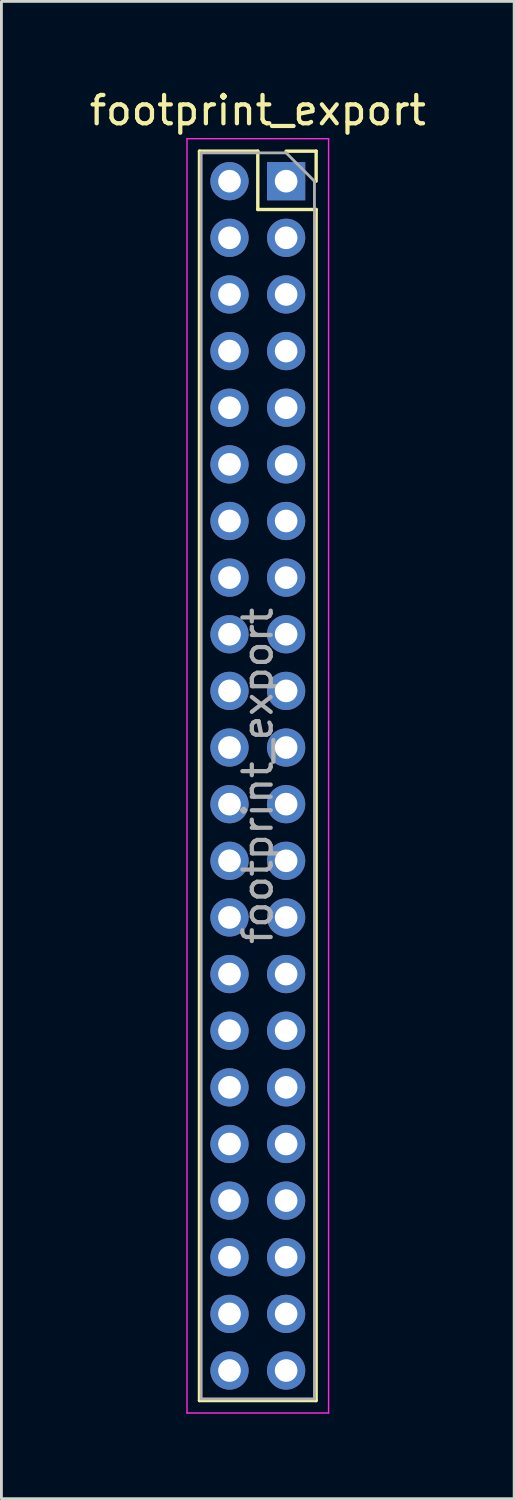
<source format=kicad_pcb>
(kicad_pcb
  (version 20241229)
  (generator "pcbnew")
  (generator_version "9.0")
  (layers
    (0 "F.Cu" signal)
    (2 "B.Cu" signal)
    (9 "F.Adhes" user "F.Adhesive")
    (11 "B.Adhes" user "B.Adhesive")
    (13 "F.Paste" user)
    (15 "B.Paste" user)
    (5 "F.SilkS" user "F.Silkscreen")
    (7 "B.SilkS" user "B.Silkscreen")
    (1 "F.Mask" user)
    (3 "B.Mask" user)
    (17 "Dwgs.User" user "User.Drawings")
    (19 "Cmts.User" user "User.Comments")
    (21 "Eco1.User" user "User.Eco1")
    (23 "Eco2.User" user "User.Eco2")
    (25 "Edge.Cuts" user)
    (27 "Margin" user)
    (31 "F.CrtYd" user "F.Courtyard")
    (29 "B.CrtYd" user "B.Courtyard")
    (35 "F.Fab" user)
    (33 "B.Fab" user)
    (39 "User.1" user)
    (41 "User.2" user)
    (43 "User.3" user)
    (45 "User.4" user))
  (footprint "footprint_export"
    (layer "F.Cu")
    (at 7.054 3.348)
    (property "Reference" "footprint_export" (at -1 -2.5 0) (layer "F.SilkS") (effects (font (size 1 1) (thickness 0.15))))
    (attr through_hole)
    (fp_line (start -3.06 -1.06) (end -3.06 43.06) (stroke (width 0.12) (type solid)) (layer "F.SilkS"))
    (fp_line (start -3.06 -1.06) (end -1 -1.06) (stroke (width 0.12) (type solid)) (layer "F.SilkS"))
    (fp_line (start -3.06 43.06) (end 1.06 43.06) (stroke (width 0.12) (type solid)) (layer "F.SilkS"))
    (fp_line (start -1 -1.06) (end -1 1) (stroke (width 0.12) (type solid)) (layer "F.SilkS"))
    (fp_line (start -1 1) (end 1.06 1) (stroke (width 0.12) (type solid)) (layer "F.SilkS"))
    (fp_line (start 0 -1.06) (end 1.06 -1.06) (stroke (width 0.12) (type solid)) (layer "F.SilkS"))
    (fp_line (start 1.06 -1.06) (end 1.06 0) (stroke (width 0.12) (type solid)) (layer "F.SilkS"))
    (fp_line (start 1.06 1) (end 1.06 43.06) (stroke (width 0.12) (type solid)) (layer "F.SilkS"))
    (fp_line (start -3.5 -1.5) (end 1.5 -1.5) (stroke (width 0.05) (type solid)) (layer "F.CrtYd"))
    (fp_line (start -3.5 43.5) (end -3.5 -1.5) (stroke (width 0.05) (type solid)) (layer "F.CrtYd"))
    (fp_line (start 1.5 -1.5) (end 1.5 43.5) (stroke (width 0.05) (type solid)) (layer "F.CrtYd"))
    (fp_line (start 1.5 43.5) (end -3.5 43.5) (stroke (width 0.05) (type solid)) (layer "F.CrtYd"))
    (fp_line (start -3 -1) (end 0 -1) (stroke (width 0.1) (type solid)) (layer "F.Fab"))
    (fp_line (start -3 43) (end -3 -1) (stroke (width 0.1) (type solid)) (layer "F.Fab"))
    (fp_line (start 0 -1) (end 1 0) (stroke (width 0.1) (type solid)) (layer "F.Fab"))
    (fp_line (start 1 0) (end 1 43) (stroke (width 0.1) (type solid)) (layer "F.Fab"))
    (fp_line (start 1 43) (end -3 43) (stroke (width 0.1) (type solid)) (layer "F.Fab"))
    (fp_text user "${REFERENCE}" (at -1 21 90) (layer "F.Fab") (effects (font (size 1 1) (thickness 0.15))))
    (pad "1" thru_hole rect (at 0 0) (size 1.35 1.35) (drill 0.8) (layers "*.Cu" "*.Mask"))
    (pad "2" thru_hole oval (at -2 0) (size 1.35 1.35) (drill 0.8) (layers "*.Cu" "*.Mask"))
    (pad "3" thru_hole oval (at 0 2) (size 1.35 1.35) (drill 0.8) (layers "*.Cu" "*.Mask"))
    (pad "4" thru_hole oval (at -2 2) (size 1.35 1.35) (drill 0.8) (layers "*.Cu" "*.Mask"))
    (pad "5" thru_hole oval (at 0 4) (size 1.35 1.35) (drill 0.8) (layers "*.Cu" "*.Mask"))
    (pad "6" thru_hole oval (at -2 4) (size 1.35 1.35) (drill 0.8) (layers "*.Cu" "*.Mask"))
    (pad "7" thru_hole oval (at 0 6) (size 1.35 1.35) (drill 0.8) (layers "*.Cu" "*.Mask"))
    (pad "8" thru_hole oval (at -2 6) (size 1.35 1.35) (drill 0.8) (layers "*.Cu" "*.Mask"))
    (pad "9" thru_hole oval (at 0 8) (size 1.35 1.35) (drill 0.8) (layers "*.Cu" "*.Mask"))
    (pad "10" thru_hole oval (at -2 8) (size 1.35 1.35) (drill 0.8) (layers "*.Cu" "*.Mask"))
    (pad "11" thru_hole oval (at 0 10) (size 1.35 1.35) (drill 0.8) (layers "*.Cu" "*.Mask"))
    (pad "12" thru_hole oval (at -2 10) (size 1.35 1.35) (drill 0.8) (layers "*.Cu" "*.Mask"))
    (pad "13" thru_hole oval (at 0 12) (size 1.35 1.35) (drill 0.8) (layers "*.Cu" "*.Mask"))
    (pad "14" thru_hole oval (at -2 12) (size 1.35 1.35) (drill 0.8) (layers "*.Cu" "*.Mask"))
    (pad "15" thru_hole oval (at 0 14) (size 1.35 1.35) (drill 0.8) (layers "*.Cu" "*.Mask"))
    (pad "16" thru_hole oval (at -2 14) (size 1.35 1.35) (drill 0.8) (layers "*.Cu" "*.Mask"))
    (pad "17" thru_hole oval (at 0 16) (size 1.35 1.35) (drill 0.8) (layers "*.Cu" "*.Mask"))
    (pad "18" thru_hole oval (at -2 16) (size 1.35 1.35) (drill 0.8) (layers "*.Cu" "*.Mask"))
    (pad "19" thru_hole oval (at 0 18) (size 1.35 1.35) (drill 0.8) (layers "*.Cu" "*.Mask"))
    (pad "20" thru_hole oval (at -2 18) (size 1.35 1.35) (drill 0.8) (layers "*.Cu" "*.Mask"))
    (pad "21" thru_hole oval (at 0 20) (size 1.35 1.35) (drill 0.8) (layers "*.Cu" "*.Mask"))
    (pad "22" thru_hole oval (at -2 20) (size 1.35 1.35) (drill 0.8) (layers "*.Cu" "*.Mask"))
    (pad "23" thru_hole oval (at 0 22) (size 1.35 1.35) (drill 0.8) (layers "*.Cu" "*.Mask"))
    (pad "24" thru_hole oval (at -2 22) (size 1.35 1.35) (drill 0.8) (layers "*.Cu" "*.Mask"))
    (pad "25" thru_hole oval (at 0 24) (size 1.35 1.35) (drill 0.8) (layers "*.Cu" "*.Mask"))
    (pad "26" thru_hole oval (at -2 24) (size 1.35 1.35) (drill 0.8) (layers "*.Cu" "*.Mask"))
    (pad "27" thru_hole oval (at 0 26) (size 1.35 1.35) (drill 0.8) (layers "*.Cu" "*.Mask"))
    (pad "28" thru_hole oval (at -2 26) (size 1.35 1.35) (drill 0.8) (layers "*.Cu" "*.Mask"))
    (pad "29" thru_hole oval (at 0 28) (size 1.35 1.35) (drill 0.8) (layers "*.Cu" "*.Mask"))
    (pad "30" thru_hole oval (at -2 28) (size 1.35 1.35) (drill 0.8) (layers "*.Cu" "*.Mask"))
    (pad "31" thru_hole oval (at 0 30) (size 1.35 1.35) (drill 0.8) (layers "*.Cu" "*.Mask"))
    (pad "32" thru_hole oval (at -2 30) (size 1.35 1.35) (drill 0.8) (layers "*.Cu" "*.Mask"))
    (pad "33" thru_hole oval (at 0 32) (size 1.35 1.35) (drill 0.8) (layers "*.Cu" "*.Mask"))
    (pad "34" thru_hole oval (at -2 32) (size 1.35 1.35) (drill 0.8) (layers "*.Cu" "*.Mask"))
    (pad "35" thru_hole oval (at 0 34) (size 1.35 1.35) (drill 0.8) (layers "*.Cu" "*.Mask"))
    (pad "36" thru_hole oval (at -2 34) (size 1.35 1.35) (drill 0.8) (layers "*.Cu" "*.Mask"))
    (pad "37" thru_hole oval (at 0 36) (size 1.35 1.35) (drill 0.8) (layers "*.Cu" "*.Mask"))
    (pad "38" thru_hole oval (at -2 36) (size 1.35 1.35) (drill 0.8) (layers "*.Cu" "*.Mask"))
    (pad "39" thru_hole oval (at 0 38) (size 1.35 1.35) (drill 0.8) (layers "*.Cu" "*.Mask"))
    (pad "40" thru_hole oval (at -2 38) (size 1.35 1.35) (drill 0.8) (layers "*.Cu" "*.Mask"))
    (pad "41" thru_hole oval (at 0 40) (size 1.35 1.35) (drill 0.8) (layers "*.Cu" "*.Mask"))
    (pad "42" thru_hole oval (at -2 40) (size 1.35 1.35) (drill 0.8) (layers "*.Cu" "*.Mask"))
    (pad "43" thru_hole oval (at 0 42) (size 1.35 1.35) (drill 0.8) (layers "*.Cu" "*.Mask"))
    (pad "44" thru_hole oval (at -2 42) (size 1.35 1.35) (drill 0.8) (layers "*.Cu" "*.Mask")))
  (gr_rect
    (start -3 -3)
    (end 15.107 49.873)
    (stroke (width 0.1) (type default))
    (fill no)
    (layer "Edge.Cuts")))
</source>
